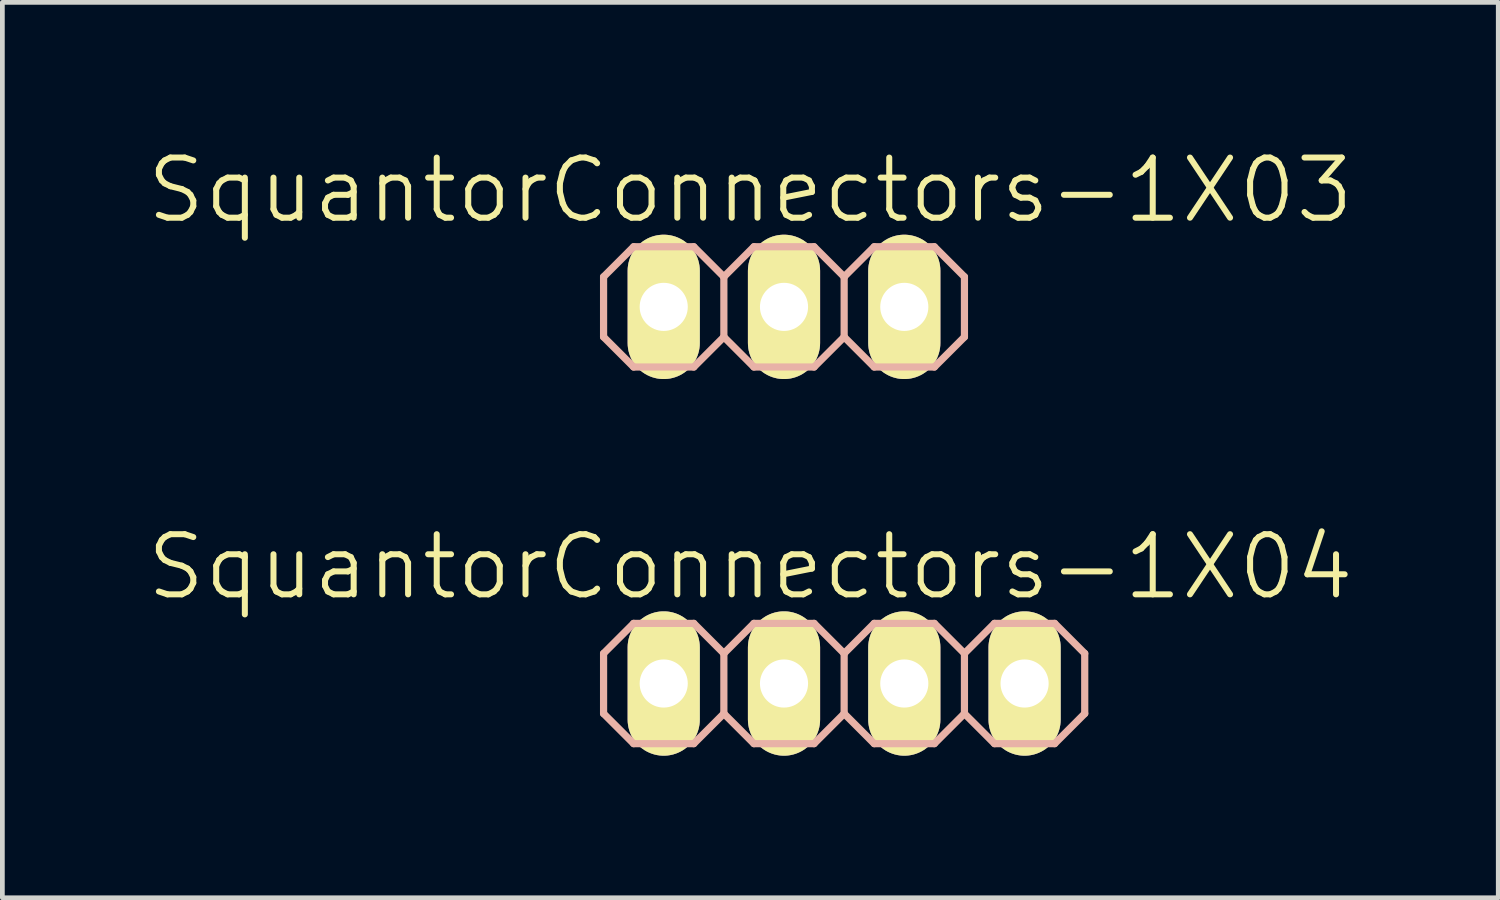
<source format=kicad_pcb>
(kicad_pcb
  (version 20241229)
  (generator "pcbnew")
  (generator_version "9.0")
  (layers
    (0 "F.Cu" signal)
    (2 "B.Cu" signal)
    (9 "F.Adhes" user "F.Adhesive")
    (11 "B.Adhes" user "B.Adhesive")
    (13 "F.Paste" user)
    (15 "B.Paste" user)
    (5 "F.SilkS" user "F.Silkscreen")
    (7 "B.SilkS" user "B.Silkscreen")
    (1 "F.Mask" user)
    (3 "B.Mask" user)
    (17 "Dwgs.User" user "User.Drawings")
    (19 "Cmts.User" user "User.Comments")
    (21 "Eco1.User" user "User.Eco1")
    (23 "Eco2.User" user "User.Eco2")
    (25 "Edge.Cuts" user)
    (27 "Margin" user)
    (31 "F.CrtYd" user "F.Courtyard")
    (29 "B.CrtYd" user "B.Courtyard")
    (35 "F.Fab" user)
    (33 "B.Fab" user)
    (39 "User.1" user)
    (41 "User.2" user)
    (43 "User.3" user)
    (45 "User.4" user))
  (footprint "SquantorConnectors-1X03"
    (layer "F.Cu")
    (at 13.505 3.43)
    (property "Reference" "SquantorConnectors-1X03" (at -0.711 -2.464 0) (layer "F.SilkS") (effects (font (size 1.27 1.27) (thickness 0.127))))
    (attr exclude_from_pos_files exclude_from_bom)
    (fp_line (start -2.794 -0.254) (end -2.286 -0.254) (stroke (width 0.066) (type solid)) (layer "F.SilkS"))
    (fp_line (start -2.794 0.254) (end -2.794 -0.254) (stroke (width 0.066) (type solid)) (layer "F.SilkS"))
    (fp_line (start -2.794 0.254) (end -2.286 0.254) (stroke (width 0.066) (type solid)) (layer "F.SilkS"))
    (fp_line (start -2.286 0.254) (end -2.286 -0.254) (stroke (width 0.066) (type solid)) (layer "F.SilkS"))
    (fp_line (start -0.254 -0.254) (end 0.254 -0.254) (stroke (width 0.066) (type solid)) (layer "F.SilkS"))
    (fp_line (start -0.254 0.254) (end -0.254 -0.254) (stroke (width 0.066) (type solid)) (layer "F.SilkS"))
    (fp_line (start -0.254 0.254) (end 0.254 0.254) (stroke (width 0.066) (type solid)) (layer "F.SilkS"))
    (fp_line (start 0.254 0.254) (end 0.254 -0.254) (stroke (width 0.066) (type solid)) (layer "F.SilkS"))
    (fp_line (start 2.286 -0.254) (end 2.794 -0.254) (stroke (width 0.066) (type solid)) (layer "F.SilkS"))
    (fp_line (start 2.286 0.254) (end 2.286 -0.254) (stroke (width 0.066) (type solid)) (layer "F.SilkS"))
    (fp_line (start 2.286 0.254) (end 2.794 0.254) (stroke (width 0.066) (type solid)) (layer "F.SilkS"))
    (fp_line (start 2.794 0.254) (end 2.794 -0.254) (stroke (width 0.066) (type solid)) (layer "F.SilkS"))
    (fp_line (start -3.81 -0.635) (end -3.81 0.635) (stroke (width 0.152) (type solid)) (layer "B.SilkS"))
    (fp_line (start -3.81 0.635) (end -3.175 1.27) (stroke (width 0.152) (type solid)) (layer "B.SilkS"))
    (fp_line (start -3.175 -1.27) (end -3.81 -0.635) (stroke (width 0.152) (type solid)) (layer "B.SilkS"))
    (fp_line (start -3.175 -1.27) (end -1.905 -1.27) (stroke (width 0.152) (type solid)) (layer "B.SilkS"))
    (fp_line (start -1.905 -1.27) (end -1.27 -0.635) (stroke (width 0.152) (type solid)) (layer "B.SilkS"))
    (fp_line (start -1.905 1.27) (end -3.175 1.27) (stroke (width 0.152) (type solid)) (layer "B.SilkS"))
    (fp_line (start -1.27 -0.635) (end -1.27 0.635) (stroke (width 0.152) (type solid)) (layer "B.SilkS"))
    (fp_line (start -1.27 -0.635) (end -0.635 -1.27) (stroke (width 0.152) (type solid)) (layer "B.SilkS"))
    (fp_line (start -1.27 0.635) (end -1.905 1.27) (stroke (width 0.152) (type solid)) (layer "B.SilkS"))
    (fp_line (start -0.635 -1.27) (end 0.635 -1.27) (stroke (width 0.152) (type solid)) (layer "B.SilkS"))
    (fp_line (start -0.635 1.27) (end -1.27 0.635) (stroke (width 0.152) (type solid)) (layer "B.SilkS"))
    (fp_line (start 0.635 -1.27) (end 1.27 -0.635) (stroke (width 0.152) (type solid)) (layer "B.SilkS"))
    (fp_line (start 0.635 1.27) (end -0.635 1.27) (stroke (width 0.152) (type solid)) (layer "B.SilkS"))
    (fp_line (start 1.27 -0.635) (end 1.27 0.635) (stroke (width 0.152) (type solid)) (layer "B.SilkS"))
    (fp_line (start 1.27 -0.635) (end 1.905 -1.27) (stroke (width 0.152) (type solid)) (layer "B.SilkS"))
    (fp_line (start 1.27 0.635) (end 0.635 1.27) (stroke (width 0.152) (type solid)) (layer "B.SilkS"))
    (fp_line (start 1.905 -1.27) (end 3.175 -1.27) (stroke (width 0.152) (type solid)) (layer "B.SilkS"))
    (fp_line (start 1.905 1.27) (end 1.27 0.635) (stroke (width 0.152) (type solid)) (layer "B.SilkS"))
    (fp_line (start 3.175 -1.27) (end 3.81 -0.635) (stroke (width 0.152) (type solid)) (layer "B.SilkS"))
    (fp_line (start 3.175 1.27) (end 1.905 1.27) (stroke (width 0.152) (type solid)) (layer "B.SilkS"))
    (fp_line (start 3.81 -0.635) (end 3.81 0.635) (stroke (width 0.152) (type solid)) (layer "B.SilkS"))
    (fp_line (start 3.81 0.635) (end 3.175 1.27) (stroke (width 0.152) (type solid)) (layer "B.SilkS"))
    (pad "1" thru_hole oval (at -2.54 0 180) (size 1.524 3.048) (drill 1.016) (layers "*.Cu" "F.Mask" "F.SilkS" "F.Paste"))
    (pad "2" thru_hole oval (at 0 0 180) (size 1.524 3.048) (drill 1.016) (layers "*.Cu" "F.Mask" "F.SilkS" "F.Paste"))
    (pad "3" thru_hole oval (at 2.54 0 180) (size 1.524 3.048) (drill 1.016) (layers "*.Cu" "F.Mask" "F.SilkS" "F.Paste")))
  (footprint "SquantorConnectors-1X04"
    (layer "F.Cu")
    (at 14.775 11.383)
    (property "Reference" "SquantorConnectors-1X04" (at -1.981 -2.464 0) (layer "F.SilkS") (effects (font (size 1.27 1.27) (thickness 0.127))))
    (attr exclude_from_pos_files exclude_from_bom)
    (fp_line (start -4.064 -0.254) (end -3.556 -0.254) (stroke (width 0.066) (type solid)) (layer "F.SilkS"))
    (fp_line (start -4.064 0.254) (end -4.064 -0.254) (stroke (width 0.066) (type solid)) (layer "F.SilkS"))
    (fp_line (start -4.064 0.254) (end -3.556 0.254) (stroke (width 0.066) (type solid)) (layer "F.SilkS"))
    (fp_line (start -3.556 0.254) (end -3.556 -0.254) (stroke (width 0.066) (type solid)) (layer "F.SilkS"))
    (fp_line (start -1.524 -0.254) (end -1.016 -0.254) (stroke (width 0.066) (type solid)) (layer "F.SilkS"))
    (fp_line (start -1.524 0.254) (end -1.524 -0.254) (stroke (width 0.066) (type solid)) (layer "F.SilkS"))
    (fp_line (start -1.524 0.254) (end -1.016 0.254) (stroke (width 0.066) (type solid)) (layer "F.SilkS"))
    (fp_line (start -1.016 0.254) (end -1.016 -0.254) (stroke (width 0.066) (type solid)) (layer "F.SilkS"))
    (fp_line (start 1.016 -0.254) (end 1.524 -0.254) (stroke (width 0.066) (type solid)) (layer "F.SilkS"))
    (fp_line (start 1.016 0.254) (end 1.016 -0.254) (stroke (width 0.066) (type solid)) (layer "F.SilkS"))
    (fp_line (start 1.016 0.254) (end 1.524 0.254) (stroke (width 0.066) (type solid)) (layer "F.SilkS"))
    (fp_line (start 1.524 0.254) (end 1.524 -0.254) (stroke (width 0.066) (type solid)) (layer "F.SilkS"))
    (fp_line (start 3.556 -0.254) (end 4.064 -0.254) (stroke (width 0.066) (type solid)) (layer "F.SilkS"))
    (fp_line (start 3.556 0.254) (end 3.556 -0.254) (stroke (width 0.066) (type solid)) (layer "F.SilkS"))
    (fp_line (start 3.556 0.254) (end 4.064 0.254) (stroke (width 0.066) (type solid)) (layer "F.SilkS"))
    (fp_line (start 4.064 0.254) (end 4.064 -0.254) (stroke (width 0.066) (type solid)) (layer "F.SilkS"))
    (fp_line (start -5.08 -0.635) (end -5.08 0.635) (stroke (width 0.152) (type solid)) (layer "B.SilkS"))
    (fp_line (start -5.08 0.635) (end -4.445 1.27) (stroke (width 0.152) (type solid)) (layer "B.SilkS"))
    (fp_line (start -4.445 -1.27) (end -5.08 -0.635) (stroke (width 0.152) (type solid)) (layer "B.SilkS"))
    (fp_line (start -4.445 -1.27) (end -3.175 -1.27) (stroke (width 0.152) (type solid)) (layer "B.SilkS"))
    (fp_line (start -3.175 -1.27) (end -2.54 -0.635) (stroke (width 0.152) (type solid)) (layer "B.SilkS"))
    (fp_line (start -3.175 1.27) (end -4.445 1.27) (stroke (width 0.152) (type solid)) (layer "B.SilkS"))
    (fp_line (start -2.54 -0.635) (end -2.54 0.635) (stroke (width 0.152) (type solid)) (layer "B.SilkS"))
    (fp_line (start -2.54 -0.635) (end -1.905 -1.27) (stroke (width 0.152) (type solid)) (layer "B.SilkS"))
    (fp_line (start -2.54 0.635) (end -3.175 1.27) (stroke (width 0.152) (type solid)) (layer "B.SilkS"))
    (fp_line (start -1.905 -1.27) (end -0.635 -1.27) (stroke (width 0.152) (type solid)) (layer "B.SilkS"))
    (fp_line (start -1.905 1.27) (end -2.54 0.635) (stroke (width 0.152) (type solid)) (layer "B.SilkS"))
    (fp_line (start -0.635 -1.27) (end 0 -0.635) (stroke (width 0.152) (type solid)) (layer "B.SilkS"))
    (fp_line (start -0.635 1.27) (end -1.905 1.27) (stroke (width 0.152) (type solid)) (layer "B.SilkS"))
    (fp_line (start 0 -0.635) (end 0 0.635) (stroke (width 0.152) (type solid)) (layer "B.SilkS"))
    (fp_line (start 0 -0.635) (end 0.635 -1.27) (stroke (width 0.152) (type solid)) (layer "B.SilkS"))
    (fp_line (start 0 0.635) (end -0.635 1.27) (stroke (width 0.152) (type solid)) (layer "B.SilkS"))
    (fp_line (start 0.635 -1.27) (end 1.905 -1.27) (stroke (width 0.152) (type solid)) (layer "B.SilkS"))
    (fp_line (start 0.635 1.27) (end 0 0.635) (stroke (width 0.152) (type solid)) (layer "B.SilkS"))
    (fp_line (start 1.905 -1.27) (end 2.54 -0.635) (stroke (width 0.152) (type solid)) (layer "B.SilkS"))
    (fp_line (start 1.905 1.27) (end 0.635 1.27) (stroke (width 0.152) (type solid)) (layer "B.SilkS"))
    (fp_line (start 2.54 -0.635) (end 2.54 0.635) (stroke (width 0.152) (type solid)) (layer "B.SilkS"))
    (fp_line (start 2.54 0.635) (end 1.905 1.27) (stroke (width 0.152) (type solid)) (layer "B.SilkS"))
    (fp_line (start 2.54 0.635) (end 3.175 1.27) (stroke (width 0.152) (type solid)) (layer "B.SilkS"))
    (fp_line (start 3.175 -1.27) (end 2.54 -0.635) (stroke (width 0.152) (type solid)) (layer "B.SilkS"))
    (fp_line (start 3.175 -1.27) (end 4.445 -1.27) (stroke (width 0.152) (type solid)) (layer "B.SilkS"))
    (fp_line (start 4.445 -1.27) (end 5.08 -0.635) (stroke (width 0.152) (type solid)) (layer "B.SilkS"))
    (fp_line (start 4.445 1.27) (end 3.175 1.27) (stroke (width 0.152) (type solid)) (layer "B.SilkS"))
    (fp_line (start 5.08 -0.635) (end 5.08 0.635) (stroke (width 0.152) (type solid)) (layer "B.SilkS"))
    (fp_line (start 5.08 0.635) (end 4.445 1.27) (stroke (width 0.152) (type solid)) (layer "B.SilkS"))
    (pad "1" thru_hole oval (at -3.81 0 180) (size 1.524 3.048) (drill 1.016) (layers "*.Cu" "F.Mask" "F.SilkS" "F.Paste"))
    (pad "2" thru_hole oval (at -1.27 0 180) (size 1.524 3.048) (drill 1.016) (layers "*.Cu" "F.Mask" "F.SilkS" "F.Paste"))
    (pad "3" thru_hole oval (at 1.27 0 180) (size 1.524 3.048) (drill 1.016) (layers "*.Cu" "F.Mask" "F.SilkS" "F.Paste"))
    (pad "4" thru_hole oval (at 3.81 0 180) (size 1.524 3.048) (drill 1.016) (layers "*.Cu" "F.Mask" "F.SilkS" "F.Paste")))
  (gr_rect
    (start -3 -3)
    (end 28.587 15.907)
    (stroke (width 0.1) (type default))
    (fill no)
    (layer "Edge.Cuts")))
</source>
